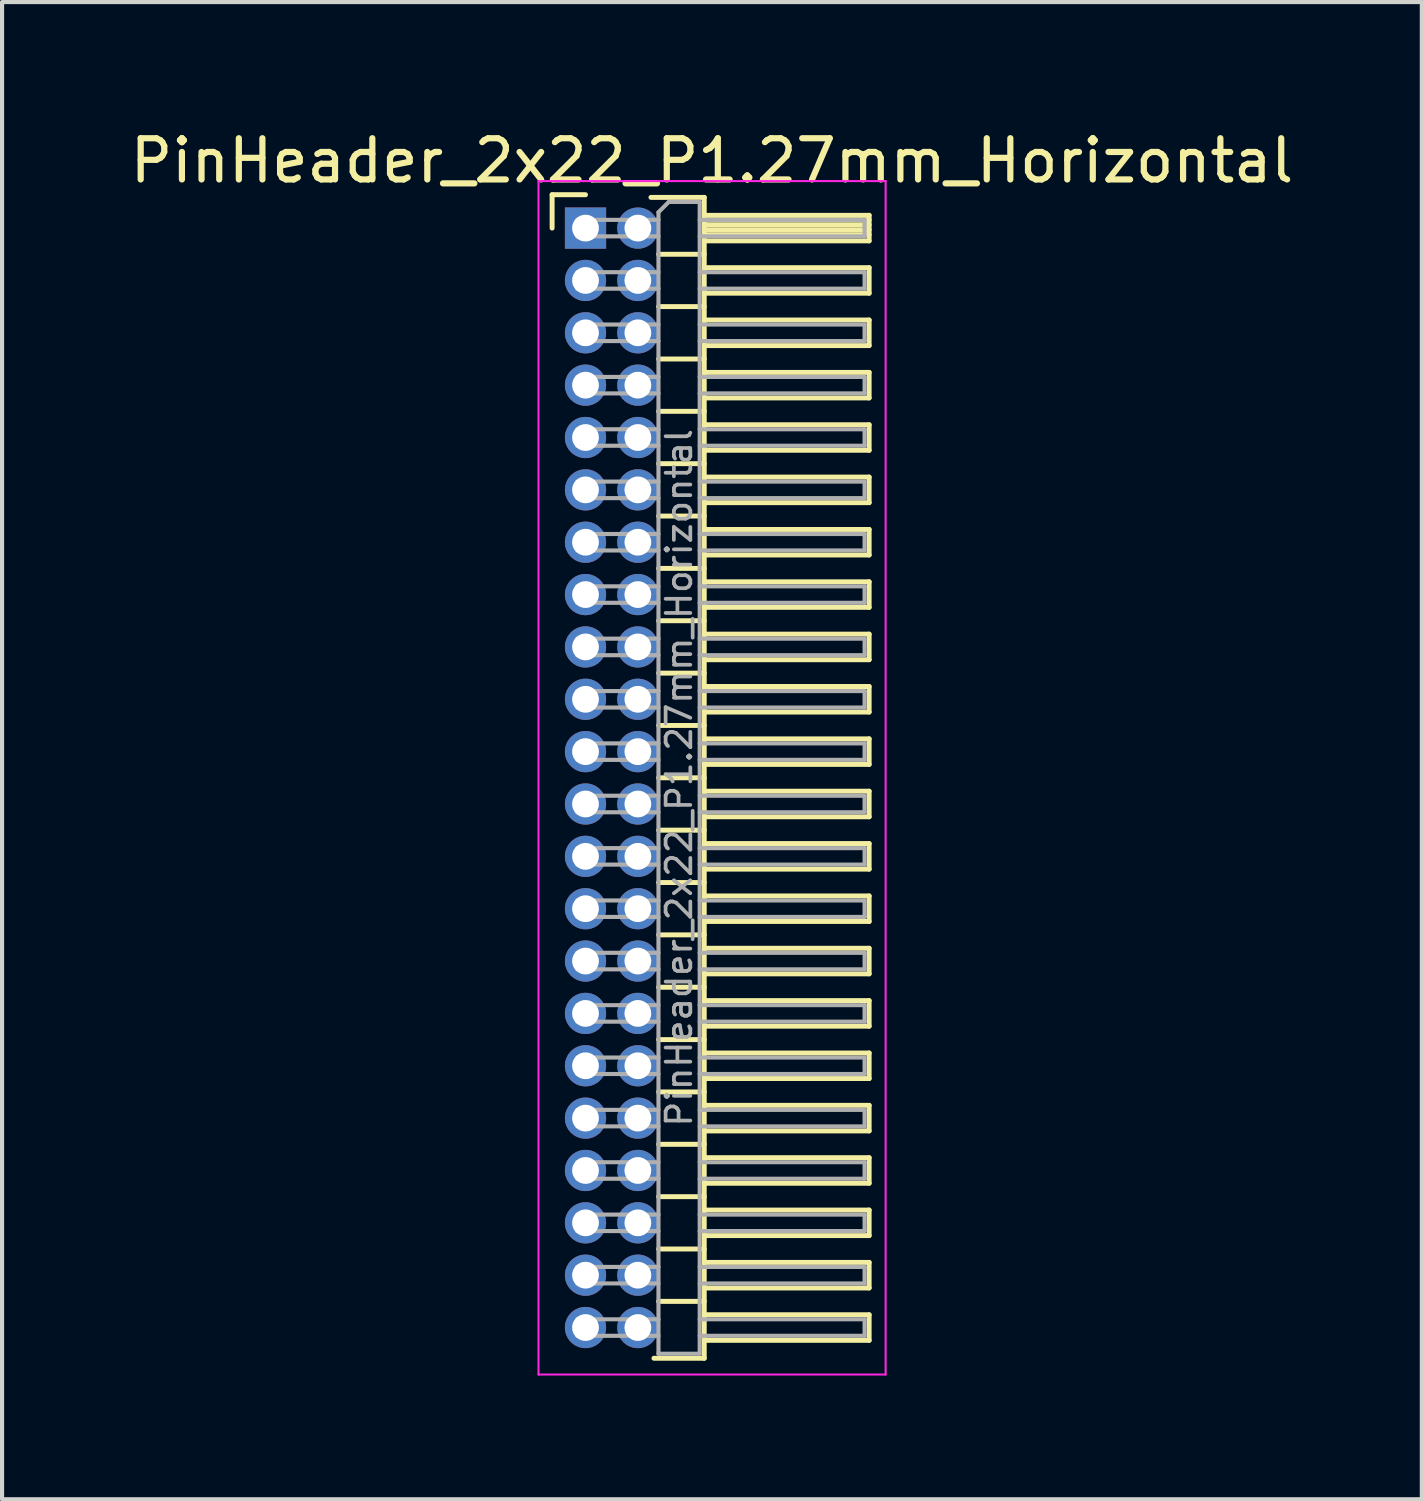
<source format=kicad_pcb>
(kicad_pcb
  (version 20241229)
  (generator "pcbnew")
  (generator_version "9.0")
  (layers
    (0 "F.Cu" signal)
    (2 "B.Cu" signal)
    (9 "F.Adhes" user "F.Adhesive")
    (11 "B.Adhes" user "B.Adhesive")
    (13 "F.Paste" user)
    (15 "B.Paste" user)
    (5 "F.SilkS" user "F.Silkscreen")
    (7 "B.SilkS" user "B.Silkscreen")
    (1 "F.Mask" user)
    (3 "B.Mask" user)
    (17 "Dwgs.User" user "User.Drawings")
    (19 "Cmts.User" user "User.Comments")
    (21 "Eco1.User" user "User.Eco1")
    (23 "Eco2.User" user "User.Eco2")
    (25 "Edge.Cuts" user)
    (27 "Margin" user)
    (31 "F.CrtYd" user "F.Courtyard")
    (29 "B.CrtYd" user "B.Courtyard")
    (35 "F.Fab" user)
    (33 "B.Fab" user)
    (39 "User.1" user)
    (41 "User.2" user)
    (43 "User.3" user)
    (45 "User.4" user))
  (footprint "PinHeader_2x22_P1.27mm_Horizontal"
    (layer "F.Cu")
    (at 11.153 2.483)
    (property "Reference" "PinHeader_2x22_P1.27mm_Horizontal" (at 3.067 -1.635 0) (layer "F.SilkS") (effects (font (size 1 1) (thickness 0.15))))
    (attr through_hole)
    (fp_line (start -0.81 -0.81) (end 0 -0.81) (stroke (width 0.12) (type solid)) (layer "F.SilkS"))
    (fp_line (start -0.81 0) (end -0.81 -0.81) (stroke (width 0.12) (type solid)) (layer "F.SilkS"))
    (fp_line (start 1.588 -0.745) (end 2.88 -0.745) (stroke (width 0.12) (type solid)) (layer "F.SilkS"))
    (fp_line (start 1.773 0.635) (end 2.88 0.635) (stroke (width 0.12) (type solid)) (layer "F.SilkS"))
    (fp_line (start 1.773 1.905) (end 2.88 1.905) (stroke (width 0.12) (type solid)) (layer "F.SilkS"))
    (fp_line (start 1.773 3.175) (end 2.88 3.175) (stroke (width 0.12) (type solid)) (layer "F.SilkS"))
    (fp_line (start 1.773 4.445) (end 2.88 4.445) (stroke (width 0.12) (type solid)) (layer "F.SilkS"))
    (fp_line (start 1.773 5.715) (end 2.88 5.715) (stroke (width 0.12) (type solid)) (layer "F.SilkS"))
    (fp_line (start 1.773 6.985) (end 2.88 6.985) (stroke (width 0.12) (type solid)) (layer "F.SilkS"))
    (fp_line (start 1.773 8.255) (end 2.88 8.255) (stroke (width 0.12) (type solid)) (layer "F.SilkS"))
    (fp_line (start 1.773 9.525) (end 2.88 9.525) (stroke (width 0.12) (type solid)) (layer "F.SilkS"))
    (fp_line (start 1.773 10.795) (end 2.88 10.795) (stroke (width 0.12) (type solid)) (layer "F.SilkS"))
    (fp_line (start 1.773 12.065) (end 2.88 12.065) (stroke (width 0.12) (type solid)) (layer "F.SilkS"))
    (fp_line (start 1.773 13.335) (end 2.88 13.335) (stroke (width 0.12) (type solid)) (layer "F.SilkS"))
    (fp_line (start 1.773 14.605) (end 2.88 14.605) (stroke (width 0.12) (type solid)) (layer "F.SilkS"))
    (fp_line (start 1.773 15.875) (end 2.88 15.875) (stroke (width 0.12) (type solid)) (layer "F.SilkS"))
    (fp_line (start 1.773 17.145) (end 2.88 17.145) (stroke (width 0.12) (type solid)) (layer "F.SilkS"))
    (fp_line (start 1.773 18.415) (end 2.88 18.415) (stroke (width 0.12) (type solid)) (layer "F.SilkS"))
    (fp_line (start 1.773 19.685) (end 2.88 19.685) (stroke (width 0.12) (type solid)) (layer "F.SilkS"))
    (fp_line (start 1.773 20.955) (end 2.88 20.955) (stroke (width 0.12) (type solid)) (layer "F.SilkS"))
    (fp_line (start 1.773 22.225) (end 2.88 22.225) (stroke (width 0.12) (type solid)) (layer "F.SilkS"))
    (fp_line (start 1.773 23.495) (end 2.88 23.495) (stroke (width 0.12) (type solid)) (layer "F.SilkS"))
    (fp_line (start 1.773 24.765) (end 2.88 24.765) (stroke (width 0.12) (type solid)) (layer "F.SilkS"))
    (fp_line (start 1.773 26.035) (end 2.88 26.035) (stroke (width 0.12) (type solid)) (layer "F.SilkS"))
    (fp_line (start 2.88 -0.745) (end 2.88 27.415) (stroke (width 0.12) (type solid)) (layer "F.SilkS"))
    (fp_line (start 2.88 -0.31) (end 6.88 -0.31) (stroke (width 0.12) (type solid)) (layer "F.SilkS"))
    (fp_line (start 2.88 -0.2) (end 6.88 -0.2) (stroke (width 0.12) (type solid)) (layer "F.SilkS"))
    (fp_line (start 2.88 -0.08) (end 6.88 -0.08) (stroke (width 0.12) (type solid)) (layer "F.SilkS"))
    (fp_line (start 2.88 0.04) (end 6.88 0.04) (stroke (width 0.12) (type solid)) (layer "F.SilkS"))
    (fp_line (start 2.88 0.16) (end 6.88 0.16) (stroke (width 0.12) (type solid)) (layer "F.SilkS"))
    (fp_line (start 2.88 0.96) (end 6.88 0.96) (stroke (width 0.12) (type solid)) (layer "F.SilkS"))
    (fp_line (start 2.88 2.23) (end 6.88 2.23) (stroke (width 0.12) (type solid)) (layer "F.SilkS"))
    (fp_line (start 2.88 3.5) (end 6.88 3.5) (stroke (width 0.12) (type solid)) (layer "F.SilkS"))
    (fp_line (start 2.88 4.77) (end 6.88 4.77) (stroke (width 0.12) (type solid)) (layer "F.SilkS"))
    (fp_line (start 2.88 6.04) (end 6.88 6.04) (stroke (width 0.12) (type solid)) (layer "F.SilkS"))
    (fp_line (start 2.88 7.31) (end 6.88 7.31) (stroke (width 0.12) (type solid)) (layer "F.SilkS"))
    (fp_line (start 2.88 8.58) (end 6.88 8.58) (stroke (width 0.12) (type solid)) (layer "F.SilkS"))
    (fp_line (start 2.88 9.85) (end 6.88 9.85) (stroke (width 0.12) (type solid)) (layer "F.SilkS"))
    (fp_line (start 2.88 11.12) (end 6.88 11.12) (stroke (width 0.12) (type solid)) (layer "F.SilkS"))
    (fp_line (start 2.88 12.39) (end 6.88 12.39) (stroke (width 0.12) (type solid)) (layer "F.SilkS"))
    (fp_line (start 2.88 13.66) (end 6.88 13.66) (stroke (width 0.12) (type solid)) (layer "F.SilkS"))
    (fp_line (start 2.88 14.93) (end 6.88 14.93) (stroke (width 0.12) (type solid)) (layer "F.SilkS"))
    (fp_line (start 2.88 16.2) (end 6.88 16.2) (stroke (width 0.12) (type solid)) (layer "F.SilkS"))
    (fp_line (start 2.88 17.47) (end 6.88 17.47) (stroke (width 0.12) (type solid)) (layer "F.SilkS"))
    (fp_line (start 2.88 18.74) (end 6.88 18.74) (stroke (width 0.12) (type solid)) (layer "F.SilkS"))
    (fp_line (start 2.88 20.01) (end 6.88 20.01) (stroke (width 0.12) (type solid)) (layer "F.SilkS"))
    (fp_line (start 2.88 21.28) (end 6.88 21.28) (stroke (width 0.12) (type solid)) (layer "F.SilkS"))
    (fp_line (start 2.88 22.55) (end 6.88 22.55) (stroke (width 0.12) (type solid)) (layer "F.SilkS"))
    (fp_line (start 2.88 23.82) (end 6.88 23.82) (stroke (width 0.12) (type solid)) (layer "F.SilkS"))
    (fp_line (start 2.88 25.09) (end 6.88 25.09) (stroke (width 0.12) (type solid)) (layer "F.SilkS"))
    (fp_line (start 2.88 26.36) (end 6.88 26.36) (stroke (width 0.12) (type solid)) (layer "F.SilkS"))
    (fp_line (start 2.88 27.415) (end 1.66 27.415) (stroke (width 0.12) (type solid)) (layer "F.SilkS"))
    (fp_line (start 6.88 -0.31) (end 6.88 0.31) (stroke (width 0.12) (type solid)) (layer "F.SilkS"))
    (fp_line (start 6.88 0.31) (end 2.88 0.31) (stroke (width 0.12) (type solid)) (layer "F.SilkS"))
    (fp_line (start 6.88 0.96) (end 6.88 1.58) (stroke (width 0.12) (type solid)) (layer "F.SilkS"))
    (fp_line (start 6.88 1.58) (end 2.88 1.58) (stroke (width 0.12) (type solid)) (layer "F.SilkS"))
    (fp_line (start 6.88 2.23) (end 6.88 2.85) (stroke (width 0.12) (type solid)) (layer "F.SilkS"))
    (fp_line (start 6.88 2.85) (end 2.88 2.85) (stroke (width 0.12) (type solid)) (layer "F.SilkS"))
    (fp_line (start 6.88 3.5) (end 6.88 4.12) (stroke (width 0.12) (type solid)) (layer "F.SilkS"))
    (fp_line (start 6.88 4.12) (end 2.88 4.12) (stroke (width 0.12) (type solid)) (layer "F.SilkS"))
    (fp_line (start 6.88 4.77) (end 6.88 5.39) (stroke (width 0.12) (type solid)) (layer "F.SilkS"))
    (fp_line (start 6.88 5.39) (end 2.88 5.39) (stroke (width 0.12) (type solid)) (layer "F.SilkS"))
    (fp_line (start 6.88 6.04) (end 6.88 6.66) (stroke (width 0.12) (type solid)) (layer "F.SilkS"))
    (fp_line (start 6.88 6.66) (end 2.88 6.66) (stroke (width 0.12) (type solid)) (layer "F.SilkS"))
    (fp_line (start 6.88 7.31) (end 6.88 7.93) (stroke (width 0.12) (type solid)) (layer "F.SilkS"))
    (fp_line (start 6.88 7.93) (end 2.88 7.93) (stroke (width 0.12) (type solid)) (layer "F.SilkS"))
    (fp_line (start 6.88 8.58) (end 6.88 9.2) (stroke (width 0.12) (type solid)) (layer "F.SilkS"))
    (fp_line (start 6.88 9.2) (end 2.88 9.2) (stroke (width 0.12) (type solid)) (layer "F.SilkS"))
    (fp_line (start 6.88 9.85) (end 6.88 10.47) (stroke (width 0.12) (type solid)) (layer "F.SilkS"))
    (fp_line (start 6.88 10.47) (end 2.88 10.47) (stroke (width 0.12) (type solid)) (layer "F.SilkS"))
    (fp_line (start 6.88 11.12) (end 6.88 11.74) (stroke (width 0.12) (type solid)) (layer "F.SilkS"))
    (fp_line (start 6.88 11.74) (end 2.88 11.74) (stroke (width 0.12) (type solid)) (layer "F.SilkS"))
    (fp_line (start 6.88 12.39) (end 6.88 13.01) (stroke (width 0.12) (type solid)) (layer "F.SilkS"))
    (fp_line (start 6.88 13.01) (end 2.88 13.01) (stroke (width 0.12) (type solid)) (layer "F.SilkS"))
    (fp_line (start 6.88 13.66) (end 6.88 14.28) (stroke (width 0.12) (type solid)) (layer "F.SilkS"))
    (fp_line (start 6.88 14.28) (end 2.88 14.28) (stroke (width 0.12) (type solid)) (layer "F.SilkS"))
    (fp_line (start 6.88 14.93) (end 6.88 15.55) (stroke (width 0.12) (type solid)) (layer "F.SilkS"))
    (fp_line (start 6.88 15.55) (end 2.88 15.55) (stroke (width 0.12) (type solid)) (layer "F.SilkS"))
    (fp_line (start 6.88 16.2) (end 6.88 16.82) (stroke (width 0.12) (type solid)) (layer "F.SilkS"))
    (fp_line (start 6.88 16.82) (end 2.88 16.82) (stroke (width 0.12) (type solid)) (layer "F.SilkS"))
    (fp_line (start 6.88 17.47) (end 6.88 18.09) (stroke (width 0.12) (type solid)) (layer "F.SilkS"))
    (fp_line (start 6.88 18.09) (end 2.88 18.09) (stroke (width 0.12) (type solid)) (layer "F.SilkS"))
    (fp_line (start 6.88 18.74) (end 6.88 19.36) (stroke (width 0.12) (type solid)) (layer "F.SilkS"))
    (fp_line (start 6.88 19.36) (end 2.88 19.36) (stroke (width 0.12) (type solid)) (layer "F.SilkS"))
    (fp_line (start 6.88 20.01) (end 6.88 20.63) (stroke (width 0.12) (type solid)) (layer "F.SilkS"))
    (fp_line (start 6.88 20.63) (end 2.88 20.63) (stroke (width 0.12) (type solid)) (layer "F.SilkS"))
    (fp_line (start 6.88 21.28) (end 6.88 21.9) (stroke (width 0.12) (type solid)) (layer "F.SilkS"))
    (fp_line (start 6.88 21.9) (end 2.88 21.9) (stroke (width 0.12) (type solid)) (layer "F.SilkS"))
    (fp_line (start 6.88 22.55) (end 6.88 23.17) (stroke (width 0.12) (type solid)) (layer "F.SilkS"))
    (fp_line (start 6.88 23.17) (end 2.88 23.17) (stroke (width 0.12) (type solid)) (layer "F.SilkS"))
    (fp_line (start 6.88 23.82) (end 6.88 24.44) (stroke (width 0.12) (type solid)) (layer "F.SilkS"))
    (fp_line (start 6.88 24.44) (end 2.88 24.44) (stroke (width 0.12) (type solid)) (layer "F.SilkS"))
    (fp_line (start 6.88 25.09) (end 6.88 25.71) (stroke (width 0.12) (type solid)) (layer "F.SilkS"))
    (fp_line (start 6.88 25.71) (end 2.88 25.71) (stroke (width 0.12) (type solid)) (layer "F.SilkS"))
    (fp_line (start 6.88 26.36) (end 6.88 26.98) (stroke (width 0.12) (type solid)) (layer "F.SilkS"))
    (fp_line (start 6.88 26.98) (end 2.88 26.98) (stroke (width 0.12) (type solid)) (layer "F.SilkS"))
    (fp_line (start -1.14 -1.14) (end -1.14 27.81) (stroke (width 0.05) (type solid)) (layer "F.CrtYd"))
    (fp_line (start -1.14 27.81) (end 7.28 27.81) (stroke (width 0.05) (type solid)) (layer "F.CrtYd"))
    (fp_line (start 7.28 -1.14) (end -1.14 -1.14) (stroke (width 0.05) (type solid)) (layer "F.CrtYd"))
    (fp_line (start 7.28 27.81) (end 7.28 -1.14) (stroke (width 0.05) (type solid)) (layer "F.CrtYd"))
    (fp_line (start -0.2 -0.2) (end -0.2 0.2) (stroke (width 0.1) (type solid)) (layer "F.Fab"))
    (fp_line (start -0.2 -0.2) (end 1.77 -0.2) (stroke (width 0.1) (type solid)) (layer "F.Fab"))
    (fp_line (start -0.2 0.2) (end 1.77 0.2) (stroke (width 0.1) (type solid)) (layer "F.Fab"))
    (fp_line (start -0.2 1.07) (end -0.2 1.47) (stroke (width 0.1) (type solid)) (layer "F.Fab"))
    (fp_line (start -0.2 1.07) (end 1.77 1.07) (stroke (width 0.1) (type solid)) (layer "F.Fab"))
    (fp_line (start -0.2 1.47) (end 1.77 1.47) (stroke (width 0.1) (type solid)) (layer "F.Fab"))
    (fp_line (start -0.2 2.34) (end -0.2 2.74) (stroke (width 0.1) (type solid)) (layer "F.Fab"))
    (fp_line (start -0.2 2.34) (end 1.77 2.34) (stroke (width 0.1) (type solid)) (layer "F.Fab"))
    (fp_line (start -0.2 2.74) (end 1.77 2.74) (stroke (width 0.1) (type solid)) (layer "F.Fab"))
    (fp_line (start -0.2 3.61) (end -0.2 4.01) (stroke (width 0.1) (type solid)) (layer "F.Fab"))
    (fp_line (start -0.2 3.61) (end 1.77 3.61) (stroke (width 0.1) (type solid)) (layer "F.Fab"))
    (fp_line (start -0.2 4.01) (end 1.77 4.01) (stroke (width 0.1) (type solid)) (layer "F.Fab"))
    (fp_line (start -0.2 4.88) (end -0.2 5.28) (stroke (width 0.1) (type solid)) (layer "F.Fab"))
    (fp_line (start -0.2 4.88) (end 1.77 4.88) (stroke (width 0.1) (type solid)) (layer "F.Fab"))
    (fp_line (start -0.2 5.28) (end 1.77 5.28) (stroke (width 0.1) (type solid)) (layer "F.Fab"))
    (fp_line (start -0.2 6.15) (end -0.2 6.55) (stroke (width 0.1) (type solid)) (layer "F.Fab"))
    (fp_line (start -0.2 6.15) (end 1.77 6.15) (stroke (width 0.1) (type solid)) (layer "F.Fab"))
    (fp_line (start -0.2 6.55) (end 1.77 6.55) (stroke (width 0.1) (type solid)) (layer "F.Fab"))
    (fp_line (start -0.2 7.42) (end -0.2 7.82) (stroke (width 0.1) (type solid)) (layer "F.Fab"))
    (fp_line (start -0.2 7.42) (end 1.77 7.42) (stroke (width 0.1) (type solid)) (layer "F.Fab"))
    (fp_line (start -0.2 7.82) (end 1.77 7.82) (stroke (width 0.1) (type solid)) (layer "F.Fab"))
    (fp_line (start -0.2 8.69) (end -0.2 9.09) (stroke (width 0.1) (type solid)) (layer "F.Fab"))
    (fp_line (start -0.2 8.69) (end 1.77 8.69) (stroke (width 0.1) (type solid)) (layer "F.Fab"))
    (fp_line (start -0.2 9.09) (end 1.77 9.09) (stroke (width 0.1) (type solid)) (layer "F.Fab"))
    (fp_line (start -0.2 9.96) (end -0.2 10.36) (stroke (width 0.1) (type solid)) (layer "F.Fab"))
    (fp_line (start -0.2 9.96) (end 1.77 9.96) (stroke (width 0.1) (type solid)) (layer "F.Fab"))
    (fp_line (start -0.2 10.36) (end 1.77 10.36) (stroke (width 0.1) (type solid)) (layer "F.Fab"))
    (fp_line (start -0.2 11.23) (end -0.2 11.63) (stroke (width 0.1) (type solid)) (layer "F.Fab"))
    (fp_line (start -0.2 11.23) (end 1.77 11.23) (stroke (width 0.1) (type solid)) (layer "F.Fab"))
    (fp_line (start -0.2 11.63) (end 1.77 11.63) (stroke (width 0.1) (type solid)) (layer "F.Fab"))
    (fp_line (start -0.2 12.5) (end -0.2 12.9) (stroke (width 0.1) (type solid)) (layer "F.Fab"))
    (fp_line (start -0.2 12.5) (end 1.77 12.5) (stroke (width 0.1) (type solid)) (layer "F.Fab"))
    (fp_line (start -0.2 12.9) (end 1.77 12.9) (stroke (width 0.1) (type solid)) (layer "F.Fab"))
    (fp_line (start -0.2 13.77) (end -0.2 14.17) (stroke (width 0.1) (type solid)) (layer "F.Fab"))
    (fp_line (start -0.2 13.77) (end 1.77 13.77) (stroke (width 0.1) (type solid)) (layer "F.Fab"))
    (fp_line (start -0.2 14.17) (end 1.77 14.17) (stroke (width 0.1) (type solid)) (layer "F.Fab"))
    (fp_line (start -0.2 15.04) (end -0.2 15.44) (stroke (width 0.1) (type solid)) (layer "F.Fab"))
    (fp_line (start -0.2 15.04) (end 1.77 15.04) (stroke (width 0.1) (type solid)) (layer "F.Fab"))
    (fp_line (start -0.2 15.44) (end 1.77 15.44) (stroke (width 0.1) (type solid)) (layer "F.Fab"))
    (fp_line (start -0.2 16.31) (end -0.2 16.71) (stroke (width 0.1) (type solid)) (layer "F.Fab"))
    (fp_line (start -0.2 16.31) (end 1.77 16.31) (stroke (width 0.1) (type solid)) (layer "F.Fab"))
    (fp_line (start -0.2 16.71) (end 1.77 16.71) (stroke (width 0.1) (type solid)) (layer "F.Fab"))
    (fp_line (start -0.2 17.58) (end -0.2 17.98) (stroke (width 0.1) (type solid)) (layer "F.Fab"))
    (fp_line (start -0.2 17.58) (end 1.77 17.58) (stroke (width 0.1) (type solid)) (layer "F.Fab"))
    (fp_line (start -0.2 17.98) (end 1.77 17.98) (stroke (width 0.1) (type solid)) (layer "F.Fab"))
    (fp_line (start -0.2 18.85) (end -0.2 19.25) (stroke (width 0.1) (type solid)) (layer "F.Fab"))
    (fp_line (start -0.2 18.85) (end 1.77 18.85) (stroke (width 0.1) (type solid)) (layer "F.Fab"))
    (fp_line (start -0.2 19.25) (end 1.77 19.25) (stroke (width 0.1) (type solid)) (layer "F.Fab"))
    (fp_line (start -0.2 20.12) (end -0.2 20.52) (stroke (width 0.1) (type solid)) (layer "F.Fab"))
    (fp_line (start -0.2 20.12) (end 1.77 20.12) (stroke (width 0.1) (type solid)) (layer "F.Fab"))
    (fp_line (start -0.2 20.52) (end 1.77 20.52) (stroke (width 0.1) (type solid)) (layer "F.Fab"))
    (fp_line (start -0.2 21.39) (end -0.2 21.79) (stroke (width 0.1) (type solid)) (layer "F.Fab"))
    (fp_line (start -0.2 21.39) (end 1.77 21.39) (stroke (width 0.1) (type solid)) (layer "F.Fab"))
    (fp_line (start -0.2 21.79) (end 1.77 21.79) (stroke (width 0.1) (type solid)) (layer "F.Fab"))
    (fp_line (start -0.2 22.66) (end -0.2 23.06) (stroke (width 0.1) (type solid)) (layer "F.Fab"))
    (fp_line (start -0.2 22.66) (end 1.77 22.66) (stroke (width 0.1) (type solid)) (layer "F.Fab"))
    (fp_line (start -0.2 23.06) (end 1.77 23.06) (stroke (width 0.1) (type solid)) (layer "F.Fab"))
    (fp_line (start -0.2 23.93) (end -0.2 24.33) (stroke (width 0.1) (type solid)) (layer "F.Fab"))
    (fp_line (start -0.2 23.93) (end 1.77 23.93) (stroke (width 0.1) (type solid)) (layer "F.Fab"))
    (fp_line (start -0.2 24.33) (end 1.77 24.33) (stroke (width 0.1) (type solid)) (layer "F.Fab"))
    (fp_line (start -0.2 25.2) (end -0.2 25.6) (stroke (width 0.1) (type solid)) (layer "F.Fab"))
    (fp_line (start -0.2 25.2) (end 1.77 25.2) (stroke (width 0.1) (type solid)) (layer "F.Fab"))
    (fp_line (start -0.2 25.6) (end 1.77 25.6) (stroke (width 0.1) (type solid)) (layer "F.Fab"))
    (fp_line (start -0.2 26.47) (end -0.2 26.87) (stroke (width 0.1) (type solid)) (layer "F.Fab"))
    (fp_line (start -0.2 26.47) (end 1.77 26.47) (stroke (width 0.1) (type solid)) (layer "F.Fab"))
    (fp_line (start -0.2 26.87) (end 1.77 26.87) (stroke (width 0.1) (type solid)) (layer "F.Fab"))
    (fp_line (start 1.77 -0.385) (end 2.02 -0.635) (stroke (width 0.1) (type solid)) (layer "F.Fab"))
    (fp_line (start 1.77 27.305) (end 1.77 -0.385) (stroke (width 0.1) (type solid)) (layer "F.Fab"))
    (fp_line (start 2.02 -0.635) (end 2.77 -0.635) (stroke (width 0.1) (type solid)) (layer "F.Fab"))
    (fp_line (start 2.77 -0.635) (end 2.77 27.305) (stroke (width 0.1) (type solid)) (layer "F.Fab"))
    (fp_line (start 2.77 -0.2) (end 6.77 -0.2) (stroke (width 0.1) (type solid)) (layer "F.Fab"))
    (fp_line (start 2.77 0.2) (end 6.77 0.2) (stroke (width 0.1) (type solid)) (layer "F.Fab"))
    (fp_line (start 2.77 1.07) (end 6.77 1.07) (stroke (width 0.1) (type solid)) (layer "F.Fab"))
    (fp_line (start 2.77 1.47) (end 6.77 1.47) (stroke (width 0.1) (type solid)) (layer "F.Fab"))
    (fp_line (start 2.77 2.34) (end 6.77 2.34) (stroke (width 0.1) (type solid)) (layer "F.Fab"))
    (fp_line (start 2.77 2.74) (end 6.77 2.74) (stroke (width 0.1) (type solid)) (layer "F.Fab"))
    (fp_line (start 2.77 3.61) (end 6.77 3.61) (stroke (width 0.1) (type solid)) (layer "F.Fab"))
    (fp_line (start 2.77 4.01) (end 6.77 4.01) (stroke (width 0.1) (type solid)) (layer "F.Fab"))
    (fp_line (start 2.77 4.88) (end 6.77 4.88) (stroke (width 0.1) (type solid)) (layer "F.Fab"))
    (fp_line (start 2.77 5.28) (end 6.77 5.28) (stroke (width 0.1) (type solid)) (layer "F.Fab"))
    (fp_line (start 2.77 6.15) (end 6.77 6.15) (stroke (width 0.1) (type solid)) (layer "F.Fab"))
    (fp_line (start 2.77 6.55) (end 6.77 6.55) (stroke (width 0.1) (type solid)) (layer "F.Fab"))
    (fp_line (start 2.77 7.42) (end 6.77 7.42) (stroke (width 0.1) (type solid)) (layer "F.Fab"))
    (fp_line (start 2.77 7.82) (end 6.77 7.82) (stroke (width 0.1) (type solid)) (layer "F.Fab"))
    (fp_line (start 2.77 8.69) (end 6.77 8.69) (stroke (width 0.1) (type solid)) (layer "F.Fab"))
    (fp_line (start 2.77 9.09) (end 6.77 9.09) (stroke (width 0.1) (type solid)) (layer "F.Fab"))
    (fp_line (start 2.77 9.96) (end 6.77 9.96) (stroke (width 0.1) (type solid)) (layer "F.Fab"))
    (fp_line (start 2.77 10.36) (end 6.77 10.36) (stroke (width 0.1) (type solid)) (layer "F.Fab"))
    (fp_line (start 2.77 11.23) (end 6.77 11.23) (stroke (width 0.1) (type solid)) (layer "F.Fab"))
    (fp_line (start 2.77 11.63) (end 6.77 11.63) (stroke (width 0.1) (type solid)) (layer "F.Fab"))
    (fp_line (start 2.77 12.5) (end 6.77 12.5) (stroke (width 0.1) (type solid)) (layer "F.Fab"))
    (fp_line (start 2.77 12.9) (end 6.77 12.9) (stroke (width 0.1) (type solid)) (layer "F.Fab"))
    (fp_line (start 2.77 13.77) (end 6.77 13.77) (stroke (width 0.1) (type solid)) (layer "F.Fab"))
    (fp_line (start 2.77 14.17) (end 6.77 14.17) (stroke (width 0.1) (type solid)) (layer "F.Fab"))
    (fp_line (start 2.77 15.04) (end 6.77 15.04) (stroke (width 0.1) (type solid)) (layer "F.Fab"))
    (fp_line (start 2.77 15.44) (end 6.77 15.44) (stroke (width 0.1) (type solid)) (layer "F.Fab"))
    (fp_line (start 2.77 16.31) (end 6.77 16.31) (stroke (width 0.1) (type solid)) (layer "F.Fab"))
    (fp_line (start 2.77 16.71) (end 6.77 16.71) (stroke (width 0.1) (type solid)) (layer "F.Fab"))
    (fp_line (start 2.77 17.58) (end 6.77 17.58) (stroke (width 0.1) (type solid)) (layer "F.Fab"))
    (fp_line (start 2.77 17.98) (end 6.77 17.98) (stroke (width 0.1) (type solid)) (layer "F.Fab"))
    (fp_line (start 2.77 18.85) (end 6.77 18.85) (stroke (width 0.1) (type solid)) (layer "F.Fab"))
    (fp_line (start 2.77 19.25) (end 6.77 19.25) (stroke (width 0.1) (type solid)) (layer "F.Fab"))
    (fp_line (start 2.77 20.12) (end 6.77 20.12) (stroke (width 0.1) (type solid)) (layer "F.Fab"))
    (fp_line (start 2.77 20.52) (end 6.77 20.52) (stroke (width 0.1) (type solid)) (layer "F.Fab"))
    (fp_line (start 2.77 21.39) (end 6.77 21.39) (stroke (width 0.1) (type solid)) (layer "F.Fab"))
    (fp_line (start 2.77 21.79) (end 6.77 21.79) (stroke (width 0.1) (type solid)) (layer "F.Fab"))
    (fp_line (start 2.77 22.66) (end 6.77 22.66) (stroke (width 0.1) (type solid)) (layer "F.Fab"))
    (fp_line (start 2.77 23.06) (end 6.77 23.06) (stroke (width 0.1) (type solid)) (layer "F.Fab"))
    (fp_line (start 2.77 23.93) (end 6.77 23.93) (stroke (width 0.1) (type solid)) (layer "F.Fab"))
    (fp_line (start 2.77 24.33) (end 6.77 24.33) (stroke (width 0.1) (type solid)) (layer "F.Fab"))
    (fp_line (start 2.77 25.2) (end 6.77 25.2) (stroke (width 0.1) (type solid)) (layer "F.Fab"))
    (fp_line (start 2.77 25.6) (end 6.77 25.6) (stroke (width 0.1) (type solid)) (layer "F.Fab"))
    (fp_line (start 2.77 26.47) (end 6.77 26.47) (stroke (width 0.1) (type solid)) (layer "F.Fab"))
    (fp_line (start 2.77 26.87) (end 6.77 26.87) (stroke (width 0.1) (type solid)) (layer "F.Fab"))
    (fp_line (start 2.77 27.305) (end 1.77 27.305) (stroke (width 0.1) (type solid)) (layer "F.Fab"))
    (fp_line (start 6.77 -0.2) (end 6.77 0.2) (stroke (width 0.1) (type solid)) (layer "F.Fab"))
    (fp_line (start 6.77 1.07) (end 6.77 1.47) (stroke (width 0.1) (type solid)) (layer "F.Fab"))
    (fp_line (start 6.77 2.34) (end 6.77 2.74) (stroke (width 0.1) (type solid)) (layer "F.Fab"))
    (fp_line (start 6.77 3.61) (end 6.77 4.01) (stroke (width 0.1) (type solid)) (layer "F.Fab"))
    (fp_line (start 6.77 4.88) (end 6.77 5.28) (stroke (width 0.1) (type solid)) (layer "F.Fab"))
    (fp_line (start 6.77 6.15) (end 6.77 6.55) (stroke (width 0.1) (type solid)) (layer "F.Fab"))
    (fp_line (start 6.77 7.42) (end 6.77 7.82) (stroke (width 0.1) (type solid)) (layer "F.Fab"))
    (fp_line (start 6.77 8.69) (end 6.77 9.09) (stroke (width 0.1) (type solid)) (layer "F.Fab"))
    (fp_line (start 6.77 9.96) (end 6.77 10.36) (stroke (width 0.1) (type solid)) (layer "F.Fab"))
    (fp_line (start 6.77 11.23) (end 6.77 11.63) (stroke (width 0.1) (type solid)) (layer "F.Fab"))
    (fp_line (start 6.77 12.5) (end 6.77 12.9) (stroke (width 0.1) (type solid)) (layer "F.Fab"))
    (fp_line (start 6.77 13.77) (end 6.77 14.17) (stroke (width 0.1) (type solid)) (layer "F.Fab"))
    (fp_line (start 6.77 15.04) (end 6.77 15.44) (stroke (width 0.1) (type solid)) (layer "F.Fab"))
    (fp_line (start 6.77 16.31) (end 6.77 16.71) (stroke (width 0.1) (type solid)) (layer "F.Fab"))
    (fp_line (start 6.77 17.58) (end 6.77 17.98) (stroke (width 0.1) (type solid)) (layer "F.Fab"))
    (fp_line (start 6.77 18.85) (end 6.77 19.25) (stroke (width 0.1) (type solid)) (layer "F.Fab"))
    (fp_line (start 6.77 20.12) (end 6.77 20.52) (stroke (width 0.1) (type solid)) (layer "F.Fab"))
    (fp_line (start 6.77 21.39) (end 6.77 21.79) (stroke (width 0.1) (type solid)) (layer "F.Fab"))
    (fp_line (start 6.77 22.66) (end 6.77 23.06) (stroke (width 0.1) (type solid)) (layer "F.Fab"))
    (fp_line (start 6.77 23.93) (end 6.77 24.33) (stroke (width 0.1) (type solid)) (layer "F.Fab"))
    (fp_line (start 6.77 25.2) (end 6.77 25.6) (stroke (width 0.1) (type solid)) (layer "F.Fab"))
    (fp_line (start 6.77 26.47) (end 6.77 26.87) (stroke (width 0.1) (type solid)) (layer "F.Fab"))
    (fp_text user "${REFERENCE}" (at 2.27 13.335 90) (layer "F.Fab") (effects (font (size 0.6 0.6) (thickness 0.09))))
    (pad "1" thru_hole rect (at 0 0) (size 1 1) (drill 0.65) (layers "*.Cu" "*.Mask"))
    (pad "2" thru_hole circle (at 1.27 0) (size 1 1) (drill 0.65) (layers "*.Cu" "*.Mask"))
    (pad "3" thru_hole circle (at 0 1.27) (size 1 1) (drill 0.65) (layers "*.Cu" "*.Mask"))
    (pad "4" thru_hole circle (at 1.27 1.27) (size 1 1) (drill 0.65) (layers "*.Cu" "*.Mask"))
    (pad "5" thru_hole circle (at 0 2.54) (size 1 1) (drill 0.65) (layers "*.Cu" "*.Mask"))
    (pad "6" thru_hole circle (at 1.27 2.54) (size 1 1) (drill 0.65) (layers "*.Cu" "*.Mask"))
    (pad "7" thru_hole circle (at 0 3.81) (size 1 1) (drill 0.65) (layers "*.Cu" "*.Mask"))
    (pad "8" thru_hole circle (at 1.27 3.81) (size 1 1) (drill 0.65) (layers "*.Cu" "*.Mask"))
    (pad "9" thru_hole circle (at 0 5.08) (size 1 1) (drill 0.65) (layers "*.Cu" "*.Mask"))
    (pad "10" thru_hole circle (at 1.27 5.08) (size 1 1) (drill 0.65) (layers "*.Cu" "*.Mask"))
    (pad "11" thru_hole circle (at 0 6.35) (size 1 1) (drill 0.65) (layers "*.Cu" "*.Mask"))
    (pad "12" thru_hole circle (at 1.27 6.35) (size 1 1) (drill 0.65) (layers "*.Cu" "*.Mask"))
    (pad "13" thru_hole circle (at 0 7.62) (size 1 1) (drill 0.65) (layers "*.Cu" "*.Mask"))
    (pad "14" thru_hole circle (at 1.27 7.62) (size 1 1) (drill 0.65) (layers "*.Cu" "*.Mask"))
    (pad "15" thru_hole circle (at 0 8.89) (size 1 1) (drill 0.65) (layers "*.Cu" "*.Mask"))
    (pad "16" thru_hole circle (at 1.27 8.89) (size 1 1) (drill 0.65) (layers "*.Cu" "*.Mask"))
    (pad "17" thru_hole circle (at 0 10.16) (size 1 1) (drill 0.65) (layers "*.Cu" "*.Mask"))
    (pad "18" thru_hole circle (at 1.27 10.16) (size 1 1) (drill 0.65) (layers "*.Cu" "*.Mask"))
    (pad "19" thru_hole circle (at 0 11.43) (size 1 1) (drill 0.65) (layers "*.Cu" "*.Mask"))
    (pad "20" thru_hole circle (at 1.27 11.43) (size 1 1) (drill 0.65) (layers "*.Cu" "*.Mask"))
    (pad "21" thru_hole circle (at 0 12.7) (size 1 1) (drill 0.65) (layers "*.Cu" "*.Mask"))
    (pad "22" thru_hole circle (at 1.27 12.7) (size 1 1) (drill 0.65) (layers "*.Cu" "*.Mask"))
    (pad "23" thru_hole circle (at 0 13.97) (size 1 1) (drill 0.65) (layers "*.Cu" "*.Mask"))
    (pad "24" thru_hole circle (at 1.27 13.97) (size 1 1) (drill 0.65) (layers "*.Cu" "*.Mask"))
    (pad "25" thru_hole circle (at 0 15.24) (size 1 1) (drill 0.65) (layers "*.Cu" "*.Mask"))
    (pad "26" thru_hole circle (at 1.27 15.24) (size 1 1) (drill 0.65) (layers "*.Cu" "*.Mask"))
    (pad "27" thru_hole circle (at 0 16.51) (size 1 1) (drill 0.65) (layers "*.Cu" "*.Mask"))
    (pad "28" thru_hole circle (at 1.27 16.51) (size 1 1) (drill 0.65) (layers "*.Cu" "*.Mask"))
    (pad "29" thru_hole circle (at 0 17.78) (size 1 1) (drill 0.65) (layers "*.Cu" "*.Mask"))
    (pad "30" thru_hole circle (at 1.27 17.78) (size 1 1) (drill 0.65) (layers "*.Cu" "*.Mask"))
    (pad "31" thru_hole circle (at 0 19.05) (size 1 1) (drill 0.65) (layers "*.Cu" "*.Mask"))
    (pad "32" thru_hole circle (at 1.27 19.05) (size 1 1) (drill 0.65) (layers "*.Cu" "*.Mask"))
    (pad "33" thru_hole circle (at 0 20.32) (size 1 1) (drill 0.65) (layers "*.Cu" "*.Mask"))
    (pad "34" thru_hole circle (at 1.27 20.32) (size 1 1) (drill 0.65) (layers "*.Cu" "*.Mask"))
    (pad "35" thru_hole circle (at 0 21.59) (size 1 1) (drill 0.65) (layers "*.Cu" "*.Mask"))
    (pad "36" thru_hole circle (at 1.27 21.59) (size 1 1) (drill 0.65) (layers "*.Cu" "*.Mask"))
    (pad "37" thru_hole circle (at 0 22.86) (size 1 1) (drill 0.65) (layers "*.Cu" "*.Mask"))
    (pad "38" thru_hole circle (at 1.27 22.86) (size 1 1) (drill 0.65) (layers "*.Cu" "*.Mask"))
    (pad "39" thru_hole circle (at 0 24.13) (size 1 1) (drill 0.65) (layers "*.Cu" "*.Mask"))
    (pad "40" thru_hole circle (at 1.27 24.13) (size 1 1) (drill 0.65) (layers "*.Cu" "*.Mask"))
    (pad "41" thru_hole circle (at 0 25.4) (size 1 1) (drill 0.65) (layers "*.Cu" "*.Mask"))
    (pad "42" thru_hole circle (at 1.27 25.4) (size 1 1) (drill 0.65) (layers "*.Cu" "*.Mask"))
    (pad "43" thru_hole circle (at 0 26.67) (size 1 1) (drill 0.65) (layers "*.Cu" "*.Mask"))
    (pad "44" thru_hole circle (at 1.27 26.67) (size 1 1) (drill 0.65) (layers "*.Cu" "*.Mask")))
  (gr_rect
    (start -3 -3)
    (end 31.44 33.318)
    (stroke (width 0.1) (type default))
    (fill no)
    (layer "Edge.Cuts")))
</source>
